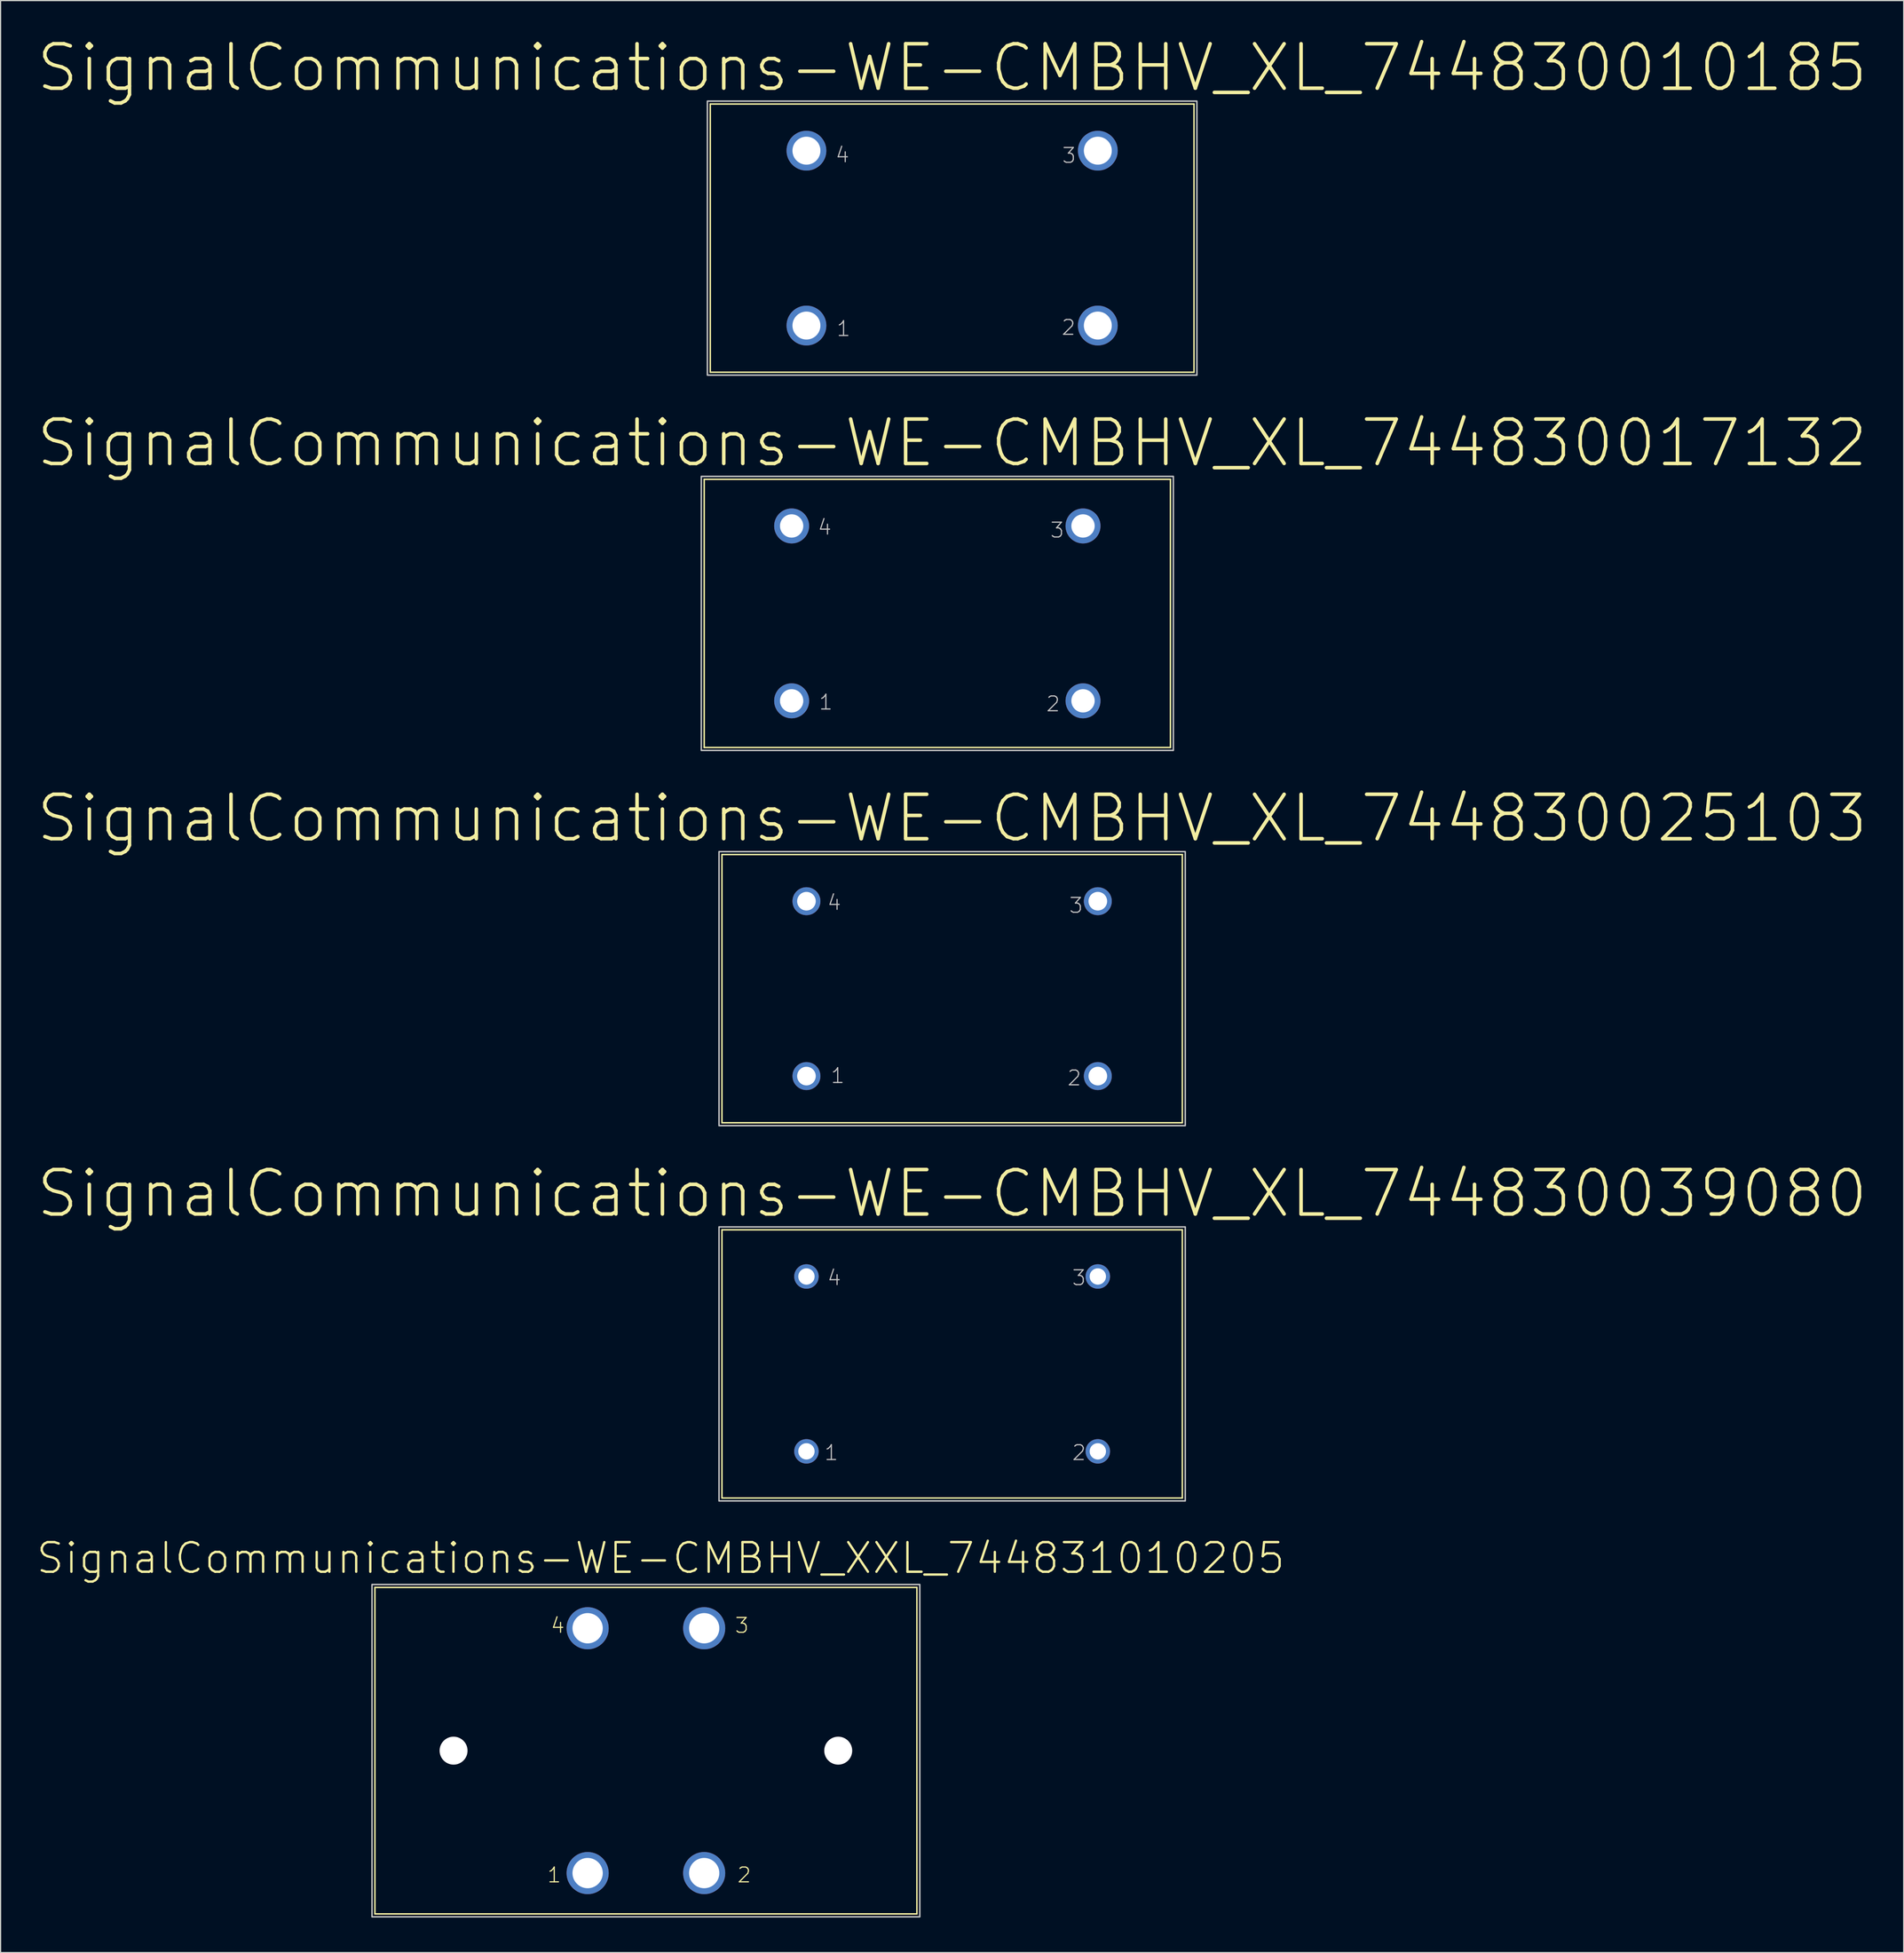
<source format=kicad_pcb>
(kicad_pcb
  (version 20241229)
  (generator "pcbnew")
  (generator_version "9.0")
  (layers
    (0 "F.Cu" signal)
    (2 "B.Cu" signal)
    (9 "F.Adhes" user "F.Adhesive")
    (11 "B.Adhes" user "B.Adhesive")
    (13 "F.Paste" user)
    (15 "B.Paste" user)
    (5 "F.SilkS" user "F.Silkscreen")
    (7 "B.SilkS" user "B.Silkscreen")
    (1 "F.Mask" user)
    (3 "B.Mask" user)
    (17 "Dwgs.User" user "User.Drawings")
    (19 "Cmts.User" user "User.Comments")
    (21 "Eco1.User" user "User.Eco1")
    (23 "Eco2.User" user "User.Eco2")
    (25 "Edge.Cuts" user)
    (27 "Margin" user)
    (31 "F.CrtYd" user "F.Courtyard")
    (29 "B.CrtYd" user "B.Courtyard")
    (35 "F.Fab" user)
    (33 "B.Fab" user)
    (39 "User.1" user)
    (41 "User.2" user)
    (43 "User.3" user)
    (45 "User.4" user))
  (footprint "SignalCommunications-WE-CMBHV_XL_744830017132"
    (layer "F.Cu")
    (at 77.365 49.549)
    (property "Reference" "SignalCommunications-WE-CMBHV_XL_744830017132" (at 1.27 -14.605 0) (layer "F.SilkS") (effects (font (size 3.81 3.81) (thickness 0.305))))
    (attr exclude_from_pos_files exclude_from_bom)
    (fp_line (start -20 -11.499) (end 20 -11.499) (stroke (width 0.127) (type solid)) (layer "F.SilkS"))
    (fp_line (start -20 11.499) (end -20 -11.499) (stroke (width 0.127) (type solid)) (layer "F.SilkS"))
    (fp_line (start 20 -11.499) (end 20 11.499) (stroke (width 0.127) (type solid)) (layer "F.SilkS"))
    (fp_line (start 20 11.499) (end -20 11.499) (stroke (width 0.127) (type solid)) (layer "F.SilkS"))
    (fp_poly (pts (xy -20.249 -11.748) (xy 20.249 -11.748) (xy 20.249 11.748) (xy -20.249 11.748) (xy -20.249 -11.748)) (stroke (width 0.127) (type solid)) (fill no) (layer "Dwgs.User"))
    (fp_text user "3" (at 10.284 -7.135 0) (layer "Dwgs.User") (effects (font (size 1.27 1.27) (thickness 0.102))))
    (fp_text user "4" (at -9.665 -7.384 0) (layer "Dwgs.User") (effects (font (size 1.27 1.27) (thickness 0.102))))
    (fp_text user "2" (at 9.934 7.765 0) (layer "Dwgs.User") (effects (font (size 1.27 1.27) (thickness 0.102))))
    (fp_text user "1" (at -9.563 7.615 0) (layer "Dwgs.User") (effects (font (size 1.27 1.27) (thickness 0.102))))
    (pad "1" thru_hole circle (at -12.499 7.498) (size 3 3) (drill 1.999) (layers "*.Cu" "*.Paste" "*.Mask"))
    (pad "2" thru_hole circle (at 12.499 7.498) (size 3 3) (drill 1.999) (layers "*.Cu" "*.Paste" "*.Mask"))
    (pad "3" thru_hole circle (at 12.499 -7.498) (size 3 3) (drill 1.999) (layers "*.Cu" "*.Paste" "*.Mask"))
    (pad "4" thru_hole circle (at -12.499 -7.498) (size 3 3) (drill 1.999) (layers "*.Cu" "*.Paste" "*.Mask")))
  (footprint "SignalCommunications-WE-CMBHV_XL_744830025103"
    (layer "F.Cu")
    (at 78.635 81.728)
    (property "Reference" "SignalCommunications-WE-CMBHV_XL_744830025103" (at 0 -14.605 0) (layer "F.SilkS") (effects (font (size 3.81 3.81) (thickness 0.305))))
    (attr exclude_from_pos_files exclude_from_bom)
    (fp_line (start -19.748 -11.499) (end 19.748 -11.499) (stroke (width 0.127) (type solid)) (layer "F.SilkS"))
    (fp_line (start -19.748 11.499) (end -19.748 -11.499) (stroke (width 0.127) (type solid)) (layer "F.SilkS"))
    (fp_line (start 19.748 -11.499) (end 19.748 11.499) (stroke (width 0.127) (type solid)) (layer "F.SilkS"))
    (fp_line (start 19.748 11.499) (end -19.748 11.499) (stroke (width 0.127) (type solid)) (layer "F.SilkS"))
    (fp_poly (pts (xy -20 -11.748) (xy 20 -11.748) (xy 20 11.748) (xy -20 11.748) (xy -20 -11.748)) (stroke (width 0.127) (type solid)) (fill no) (layer "Dwgs.User"))
    (fp_text user "4" (at -10.114 -7.384 0) (layer "Dwgs.User") (effects (font (size 1.27 1.27) (thickness 0.102))))
    (fp_text user "2" (at 10.483 7.663 0) (layer "Dwgs.User") (effects (font (size 1.27 1.27) (thickness 0.102))))
    (fp_text user "1" (at -9.815 7.463 0) (layer "Dwgs.User") (effects (font (size 1.27 1.27) (thickness 0.102))))
    (fp_text user "3" (at 10.635 -7.135 0) (layer "Dwgs.User") (effects (font (size 1.27 1.27) (thickness 0.102))))
    (pad "1" thru_hole circle (at -12.499 7.498) (size 2.398 2.398) (drill 1.598) (layers "*.Cu" "*.Paste" "*.Mask"))
    (pad "2" thru_hole circle (at 12.499 7.498) (size 2.398 2.398) (drill 1.598) (layers "*.Cu" "*.Paste" "*.Mask"))
    (pad "3" thru_hole circle (at 12.499 -7.498) (size 2.398 2.398) (drill 1.598) (layers "*.Cu" "*.Paste" "*.Mask"))
    (pad "4" thru_hole circle (at -12.499 -7.498) (size 2.398 2.398) (drill 1.598) (layers "*.Cu" "*.Paste" "*.Mask")))
  (footprint "SignalCommunications-WE-CMBHV_XL_744830010185"
    (layer "F.Cu")
    (at 78.635 17.369)
    (property "Reference" "SignalCommunications-WE-CMBHV_XL_744830010185" (at 0 -14.605 0) (layer "F.SilkS") (effects (font (size 3.81 3.81) (thickness 0.305))))
    (attr exclude_from_pos_files exclude_from_bom)
    (fp_line (start -20.749 -11.499) (end 20.749 -11.499) (stroke (width 0.127) (type solid)) (layer "F.SilkS"))
    (fp_line (start -20.749 11.499) (end -20.749 -11.499) (stroke (width 0.127) (type solid)) (layer "F.SilkS"))
    (fp_line (start 20.749 -11.499) (end 20.749 11.499) (stroke (width 0.127) (type solid)) (layer "F.SilkS"))
    (fp_line (start 20.749 11.499) (end -20.749 11.499) (stroke (width 0.127) (type solid)) (layer "F.SilkS"))
    (fp_poly (pts (xy -20.998 -11.748) (xy 20.998 -11.748) (xy 20.998 11.748) (xy -20.998 11.748) (xy -20.998 -11.748)) (stroke (width 0.127) (type solid)) (fill no) (layer "Dwgs.User"))
    (fp_text user "3" (at 10.033 -7.084 0) (layer "Dwgs.User") (effects (font (size 1.27 1.27) (thickness 0.102))))
    (fp_text user "4" (at -9.413 -7.135 0) (layer "Dwgs.User") (effects (font (size 1.27 1.27) (thickness 0.102))))
    (fp_text user "1" (at -9.314 7.765 0) (layer "Dwgs.User") (effects (font (size 1.27 1.27) (thickness 0.102))))
    (fp_text user "2" (at 9.985 7.663 0) (layer "Dwgs.User") (effects (font (size 1.27 1.27) (thickness 0.102))))
    (pad "1" thru_hole circle (at -12.499 7.498) (size 3.414 3.414) (drill 2.398) (layers "*.Cu" "*.Paste" "*.Mask"))
    (pad "2" thru_hole circle (at 12.499 7.498) (size 3.414 3.414) (drill 2.398) (layers "*.Cu" "*.Paste" "*.Mask"))
    (pad "3" thru_hole circle (at 12.499 -7.498) (size 3.414 3.414) (drill 2.398) (layers "*.Cu" "*.Paste" "*.Mask"))
    (pad "4" thru_hole circle (at -12.499 -7.498) (size 3.414 3.414) (drill 2.398) (layers "*.Cu" "*.Paste" "*.Mask")))
  (footprint "SignalCommunications-WE-CMBHV_XXL_744831010205"
    (layer "F.Cu")
    (at 52.363 147.072)
    (property "Reference" "SignalCommunications-WE-CMBHV_XXL_744831010205" (at 1.27 -16.51 0) (layer "F.SilkS") (effects (font (size 2.54 2.54) (thickness 0.203))))
    (attr exclude_from_pos_files exclude_from_bom)
    (fp_line (start -23.249 -13.998) (end 23.249 -13.998) (stroke (width 0.127) (type solid)) (layer "F.SilkS"))
    (fp_line (start -23.249 13.998) (end -23.249 -13.998) (stroke (width 0.127) (type solid)) (layer "F.SilkS"))
    (fp_line (start 23.249 -13.998) (end 23.249 13.998) (stroke (width 0.127) (type solid)) (layer "F.SilkS"))
    (fp_line (start 23.249 13.998) (end -23.249 13.998) (stroke (width 0.127) (type solid)) (layer "F.SilkS"))
    (fp_poly (pts (xy -23.498 -14.249) (xy 23.498 -14.249) (xy 23.498 14.249) (xy -23.498 14.249) (xy -23.498 -14.249)) (stroke (width 0.127) (type solid)) (fill no) (layer "Dwgs.User"))
    (fp_text user "1" (at -7.864 10.663 0) (layer "F.SilkS") (effects (font (size 1.27 1.27) (thickness 0.102))))
    (fp_text user "2" (at 8.433 10.663 0) (layer "F.SilkS") (effects (font (size 1.27 1.27) (thickness 0.102))))
    (fp_text user "3" (at 8.235 -10.734 0) (layer "F.SilkS") (effects (font (size 1.27 1.27) (thickness 0.102))))
    (fp_text user "4" (at -7.564 -10.734 0) (layer "F.SilkS") (effects (font (size 1.27 1.27) (thickness 0.102))))
    (pad "" np_thru_hole circle (at -16.5 0) (size 2.398 2.398) (drill 2.398) (layers "*.Cu" "*.Mask"))
    (pad "" np_thru_hole circle (at 16.5 0) (size 2.398 2.398) (drill 2.398) (layers "*.Cu" "*.Mask"))
    (pad "1" thru_hole circle (at -4.999 10.498) (size 3.614 3.614) (drill 2.598) (layers "*.Cu" "*.Paste" "*.Mask"))
    (pad "2" thru_hole circle (at 4.999 10.498) (size 3.614 3.614) (drill 2.598) (layers "*.Cu" "*.Paste" "*.Mask"))
    (pad "3" thru_hole circle (at 4.999 -10.498) (size 3.614 3.614) (drill 2.598) (layers "*.Cu" "*.Paste" "*.Mask"))
    (pad "4" thru_hole circle (at -4.999 -10.498) (size 3.614 3.614) (drill 2.598) (layers "*.Cu" "*.Paste" "*.Mask")))
  (footprint "SignalCommunications-WE-CMBHV_XL_744830039080"
    (layer "F.Cu")
    (at 78.635 113.908)
    (property "Reference" "SignalCommunications-WE-CMBHV_XL_744830039080" (at 0 -14.605 0) (layer "F.SilkS") (effects (font (size 3.81 3.81) (thickness 0.305))))
    (attr exclude_from_pos_files exclude_from_bom)
    (fp_line (start -19.748 -11.499) (end 19.748 -11.499) (stroke (width 0.127) (type solid)) (layer "F.SilkS"))
    (fp_line (start -19.748 11.499) (end -19.748 -11.499) (stroke (width 0.127) (type solid)) (layer "F.SilkS"))
    (fp_line (start 19.748 -11.499) (end 19.748 11.499) (stroke (width 0.127) (type solid)) (layer "F.SilkS"))
    (fp_line (start 19.748 11.499) (end -19.748 11.499) (stroke (width 0.127) (type solid)) (layer "F.SilkS"))
    (fp_poly (pts (xy -20 -11.748) (xy 20 -11.748) (xy 20 11.748) (xy -20 11.748) (xy -20 -11.748)) (stroke (width 0.127) (type solid)) (fill no) (layer "Dwgs.User"))
    (fp_text user "4" (at -10.114 -7.384 0) (layer "Dwgs.User") (effects (font (size 1.27 1.27) (thickness 0.102))))
    (fp_text user "1" (at -10.363 7.615 0) (layer "Dwgs.User") (effects (font (size 1.27 1.27) (thickness 0.102))))
    (fp_text user "3" (at 10.884 -7.384 0) (layer "Dwgs.User") (effects (font (size 1.27 1.27) (thickness 0.102))))
    (fp_text user "2" (at 10.884 7.615 0) (layer "Dwgs.User") (effects (font (size 1.27 1.27) (thickness 0.102))))
    (pad "1" thru_hole circle (at -12.499 7.498) (size 2.098 2.098) (drill 1.4) (layers "*.Cu" "*.Paste" "*.Mask"))
    (pad "2" thru_hole circle (at 12.499 7.498) (size 2.098 2.098) (drill 1.4) (layers "*.Cu" "*.Paste" "*.Mask"))
    (pad "3" thru_hole circle (at 12.499 -7.498) (size 2.098 2.098) (drill 1.4) (layers "*.Cu" "*.Paste" "*.Mask"))
    (pad "4" thru_hole circle (at -12.499 -7.498) (size 2.098 2.098) (drill 1.4) (layers "*.Cu" "*.Paste" "*.Mask")))
  (gr_rect
    (start -3 -3)
    (end 160.27 164.385)
    (stroke (width 0.1) (type default))
    (fill no)
    (layer "Edge.Cuts")))
</source>
